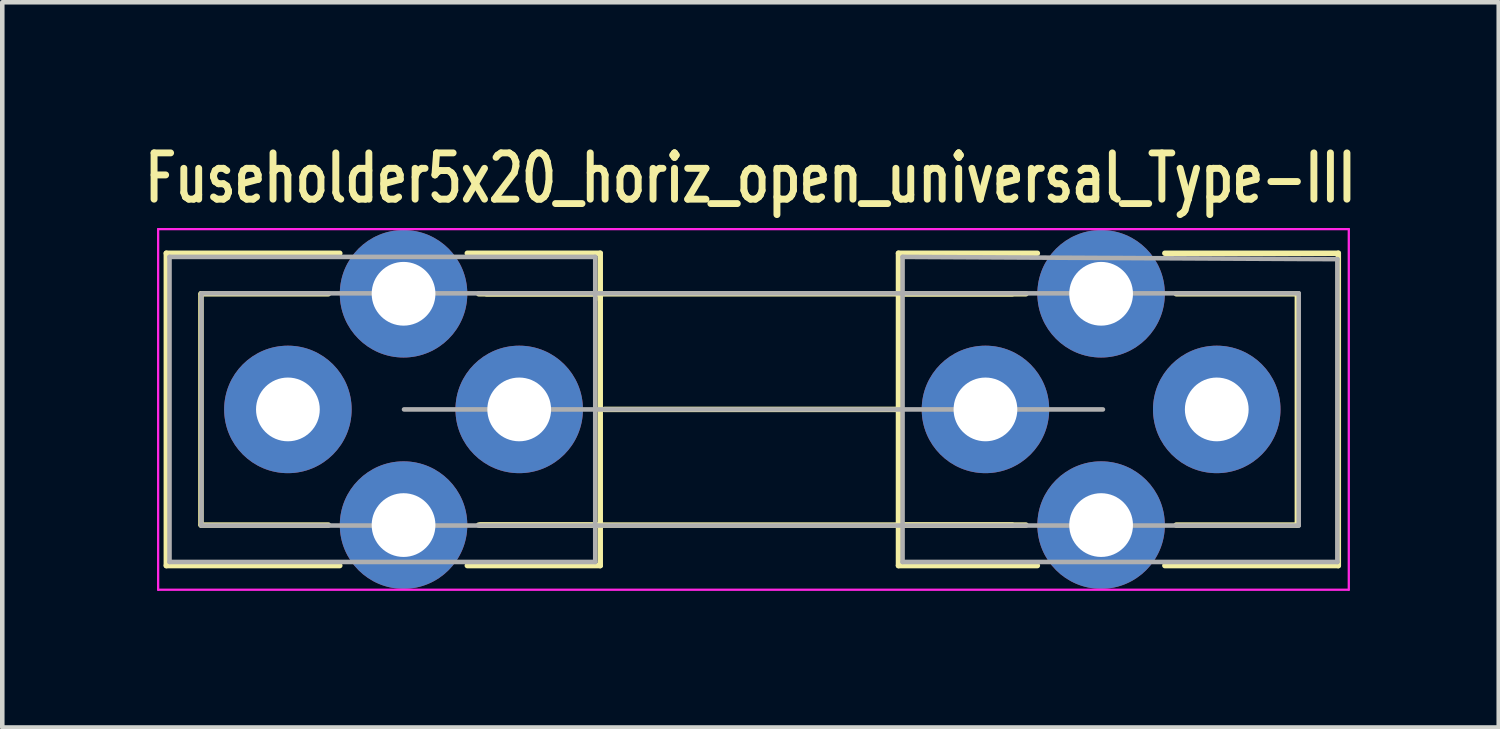
<source format=kicad_pcb>
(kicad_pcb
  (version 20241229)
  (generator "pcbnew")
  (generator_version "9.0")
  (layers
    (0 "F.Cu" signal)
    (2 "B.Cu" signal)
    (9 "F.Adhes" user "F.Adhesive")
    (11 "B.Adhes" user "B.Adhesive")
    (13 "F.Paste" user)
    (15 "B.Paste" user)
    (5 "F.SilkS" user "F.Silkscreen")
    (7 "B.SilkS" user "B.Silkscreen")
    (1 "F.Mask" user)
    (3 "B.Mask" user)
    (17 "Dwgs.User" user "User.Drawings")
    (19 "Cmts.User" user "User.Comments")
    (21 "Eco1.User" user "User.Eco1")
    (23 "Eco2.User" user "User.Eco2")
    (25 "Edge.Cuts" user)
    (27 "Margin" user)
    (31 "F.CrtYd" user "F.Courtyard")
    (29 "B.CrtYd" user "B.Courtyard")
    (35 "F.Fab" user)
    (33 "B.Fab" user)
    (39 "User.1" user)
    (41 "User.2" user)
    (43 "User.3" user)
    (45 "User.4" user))
  (footprint "Fuseholder5x20_horiz_open_universal_Type-III"
    (layer "F.Cu")
    (at 3.273 5.942)
    (property "Reference" "Fuseholder5x20_horiz_open_universal_Type-III" (at 10.16 -5.08 0) (layer "F.SilkS") (effects (font (size 1.016 0.762) (thickness 0.152))))
    (attr through_hole)
    (fp_line (start -2.67 -3.43) (end -2.67 3.43) (stroke (width 0.12) (type solid)) (layer "F.SilkS"))
    (fp_line (start -2.67 -3.43) (end 1.14 -3.43) (stroke (width 0.12) (type solid)) (layer "F.SilkS"))
    (fp_line (start -2.67 3.43) (end 1.14 3.43) (stroke (width 0.12) (type solid)) (layer "F.SilkS"))
    (fp_line (start -1.91 -2.54) (end -1.91 2.54) (stroke (width 0.12) (type solid)) (layer "F.SilkS"))
    (fp_line (start -1.9 -2.54) (end 0.89 -2.54) (stroke (width 0.12) (type solid)) (layer "F.SilkS"))
    (fp_line (start -1.9 2.54) (end 0.89 2.54) (stroke (width 0.12) (type solid)) (layer "F.SilkS"))
    (fp_line (start 4.36 -2.54) (end 15.91 -2.54) (stroke (width 0.12) (type solid)) (layer "F.SilkS"))
    (fp_line (start 6.86 -3.43) (end 3.94 -3.43) (stroke (width 0.12) (type solid)) (layer "F.SilkS"))
    (fp_line (start 6.86 -3.43) (end 6.86 -2.41) (stroke (width 0.12) (type solid)) (layer "F.SilkS"))
    (fp_line (start 6.86 -2.54) (end 4.19 -2.54) (stroke (width 0.12) (type solid)) (layer "F.SilkS"))
    (fp_line (start 6.86 0) (end 6.86 -2.54) (stroke (width 0.12) (type solid)) (layer "F.SilkS"))
    (fp_line (start 6.86 2.54) (end 4.19 2.54) (stroke (width 0.12) (type solid)) (layer "F.SilkS"))
    (fp_line (start 6.86 2.54) (end 6.86 0) (stroke (width 0.12) (type solid)) (layer "F.SilkS"))
    (fp_line (start 6.86 3.43) (end 3.94 3.43) (stroke (width 0.12) (type solid)) (layer "F.SilkS"))
    (fp_line (start 6.86 3.43) (end 6.86 2.54) (stroke (width 0.12) (type solid)) (layer "F.SilkS"))
    (fp_line (start 6.95 0) (end 13.45 0) (stroke (width 0.12) (type solid)) (layer "F.SilkS"))
    (fp_line (start 13.41 -3.43) (end 13.41 -2.54) (stroke (width 0.12) (type solid)) (layer "F.SilkS"))
    (fp_line (start 13.41 -3.43) (end 16.46 -3.43) (stroke (width 0.12) (type solid)) (layer "F.SilkS"))
    (fp_line (start 13.41 -2.54) (end 16.21 -2.54) (stroke (width 0.12) (type solid)) (layer "F.SilkS"))
    (fp_line (start 13.41 0) (end 13.41 -2.54) (stroke (width 0.12) (type solid)) (layer "F.SilkS"))
    (fp_line (start 13.41 2.54) (end 13.41 0) (stroke (width 0.12) (type solid)) (layer "F.SilkS"))
    (fp_line (start 13.41 2.54) (end 16.21 2.54) (stroke (width 0.12) (type solid)) (layer "F.SilkS"))
    (fp_line (start 13.41 3.43) (end 13.41 2.54) (stroke (width 0.12) (type solid)) (layer "F.SilkS"))
    (fp_line (start 13.41 3.43) (end 16.46 3.43) (stroke (width 0.12) (type solid)) (layer "F.SilkS"))
    (fp_line (start 15.91 2.54) (end 4.23 2.54) (stroke (width 0.12) (type solid)) (layer "F.SilkS"))
    (fp_line (start 22.17 -2.54) (end 22.17 2.54) (stroke (width 0.12) (type solid)) (layer "F.SilkS"))
    (fp_line (start 22.18 -2.54) (end 19.51 -2.54) (stroke (width 0.12) (type solid)) (layer "F.SilkS"))
    (fp_line (start 22.18 2.54) (end 19.51 2.54) (stroke (width 0.12) (type solid)) (layer "F.SilkS"))
    (fp_line (start 23.07 -3.43) (end 19.26 -3.43) (stroke (width 0.12) (type solid)) (layer "F.SilkS"))
    (fp_line (start 23.07 -3.43) (end 23.07 3.43) (stroke (width 0.12) (type solid)) (layer "F.SilkS"))
    (fp_line (start 23.07 3.43) (end 19.26 3.43) (stroke (width 0.12) (type solid)) (layer "F.SilkS"))
    (fp_line (start -2.85 -3.96) (end -2.85 3.96) (stroke (width 0.05) (type solid)) (layer "F.CrtYd"))
    (fp_line (start -2.85 -3.96) (end 23.3 -3.96) (stroke (width 0.05) (type solid)) (layer "F.CrtYd"))
    (fp_line (start 23.3 3.96) (end -2.85 3.96) (stroke (width 0.05) (type solid)) (layer "F.CrtYd"))
    (fp_line (start 23.3 3.96) (end 23.3 -3.96) (stroke (width 0.05) (type solid)) (layer "F.CrtYd"))
    (fp_line (start -2.6 -3.35) (end 6.75 -3.35) (stroke (width 0.1) (type solid)) (layer "F.Fab"))
    (fp_line (start -2.6 3.35) (end -2.6 -3.35) (stroke (width 0.1) (type solid)) (layer "F.Fab"))
    (fp_line (start -1.9 -2.55) (end 22.2 -2.55) (stroke (width 0.1) (type solid)) (layer "F.Fab"))
    (fp_line (start -1.9 2.55) (end -1.9 -2.5) (stroke (width 0.1) (type solid)) (layer "F.Fab"))
    (fp_line (start 2.55 0) (end 17.9 0) (stroke (width 0.1) (type solid)) (layer "F.Fab"))
    (fp_line (start 6.75 -3.35) (end 6.75 3.35) (stroke (width 0.1) (type solid)) (layer "F.Fab"))
    (fp_line (start 6.75 3.35) (end -2.6 3.35) (stroke (width 0.1) (type solid)) (layer "F.Fab"))
    (fp_line (start 13.5 -3.35) (end 13.5 3.35) (stroke (width 0.1) (type solid)) (layer "F.Fab"))
    (fp_line (start 13.5 3.35) (end 23.05 3.35) (stroke (width 0.1) (type solid)) (layer "F.Fab"))
    (fp_line (start 22.2 -2.55) (end 22.2 2.55) (stroke (width 0.1) (type solid)) (layer "F.Fab"))
    (fp_line (start 22.2 2.55) (end -1.9 2.55) (stroke (width 0.1) (type solid)) (layer "F.Fab"))
    (fp_line (start 23.05 -3.3) (end 13.5 -3.35) (stroke (width 0.1) (type solid)) (layer "F.Fab"))
    (fp_line (start 23.05 3.35) (end 23.05 -3.3) (stroke (width 0.1) (type solid)) (layer "F.Fab"))
    (pad "1" thru_hole circle (at 0 0) (size 2.8 2.8) (drill 1.4) (layers "*.Cu" "*.Mask"))
    (pad "1" thru_hole circle (at 2.54 -2.54) (size 2.8 2.8) (drill 1.4) (layers "*.Cu" "*.Mask"))
    (pad "1" thru_hole circle (at 2.54 2.54) (size 2.8 2.8) (drill 1.4) (layers "*.Cu" "*.Mask"))
    (pad "1" thru_hole circle (at 5.08 0) (size 2.8 2.8) (drill 1.4) (layers "*.Cu" "*.Mask"))
    (pad "2" thru_hole circle (at 15.32 0) (size 2.8 2.8) (drill 1.4) (layers "*.Cu" "*.Mask"))
    (pad "2" thru_hole circle (at 17.86 -2.54) (size 2.8 2.8) (drill 1.4) (layers "*.Cu" "*.Mask"))
    (pad "2" thru_hole circle (at 17.86 2.54) (size 2.8 2.8) (drill 1.4) (layers "*.Cu" "*.Mask"))
    (pad "2" thru_hole circle (at 20.4 0) (size 2.8 2.8) (drill 1.4) (layers "*.Cu" "*.Mask")))
  (gr_rect
    (start -3 -3)
    (end 29.866 12.927)
    (stroke (width 0.1) (type default))
    (fill no)
    (layer "Edge.Cuts")))
</source>
